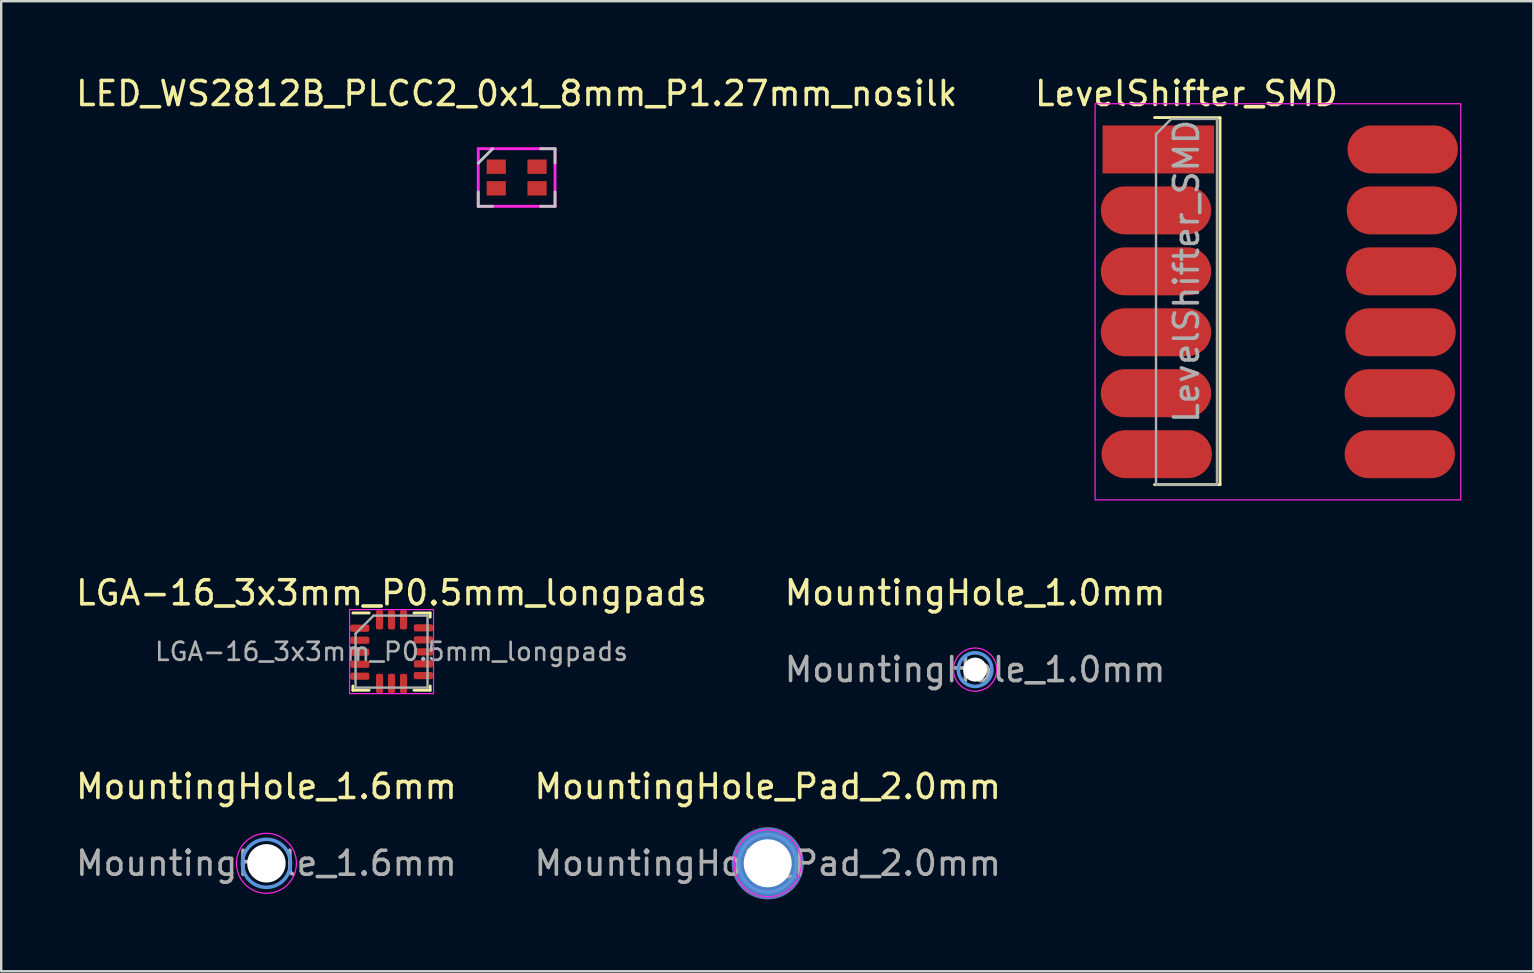
<source format=kicad_pcb>
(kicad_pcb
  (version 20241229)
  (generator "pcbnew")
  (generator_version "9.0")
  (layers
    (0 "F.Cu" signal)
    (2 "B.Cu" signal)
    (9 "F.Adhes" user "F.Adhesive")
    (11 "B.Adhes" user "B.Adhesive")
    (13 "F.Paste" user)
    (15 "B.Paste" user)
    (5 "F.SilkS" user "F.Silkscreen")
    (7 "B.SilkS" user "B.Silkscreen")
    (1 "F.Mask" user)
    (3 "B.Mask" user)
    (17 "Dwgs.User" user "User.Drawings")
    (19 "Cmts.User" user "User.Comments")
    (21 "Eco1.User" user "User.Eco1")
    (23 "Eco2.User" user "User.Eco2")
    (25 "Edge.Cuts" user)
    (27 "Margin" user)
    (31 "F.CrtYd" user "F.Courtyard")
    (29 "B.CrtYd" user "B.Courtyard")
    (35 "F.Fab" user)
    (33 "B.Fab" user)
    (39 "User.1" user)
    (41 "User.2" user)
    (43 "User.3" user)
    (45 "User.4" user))
  (footprint "MountingHole_1.0mm"
    (layer "F.Cu")
    (at 37.589 24.857)
    (property "Reference" "MountingHole_1.0mm" (at 0 -3.2 0) (layer "F.SilkS") (effects (font (size 1 1) (thickness 0.15))))
    (attr exclude_from_pos_files exclude_from_bom)
    (fp_circle (center 0 0) (end 0.7 0) (stroke (width 0.15) (type solid)) (fill no) (layer "Cmts.User"))
    (fp_circle (center 0 0) (end 0.9 0) (stroke (width 0.05) (type solid)) (fill no) (layer "F.CrtYd"))
    (fp_text user "${REFERENCE}" (at 0 0 0) (layer "F.Fab") (effects (font (size 1 1) (thickness 0.15))))
    (pad "" np_thru_hole circle (at 0 0) (size 1 1) (drill 1) (layers "*.Cu" "*.Mask")))
  (footprint "MountingHole_1.6mm"
    (layer "F.Cu")
    (at 8.054 32.93)
    (property "Reference" "MountingHole_1.6mm" (at 0 -3.2 0) (layer "F.SilkS") (effects (font (size 1 1) (thickness 0.15))))
    (attr exclude_from_pos_files exclude_from_bom)
    (fp_circle (center 0 0) (end 1 0) (stroke (width 0.15) (type solid)) (fill no) (layer "Cmts.User"))
    (fp_circle (center 0 0) (end 1.25 0) (stroke (width 0.05) (type solid)) (fill no) (layer "F.CrtYd"))
    (fp_text user "${REFERENCE}" (at 0 0 0) (layer "F.Fab") (effects (font (size 1 1) (thickness 0.15))))
    (pad "" np_thru_hole circle (at 0 0) (size 1.6 1.6) (drill 1.6) (layers "*.Cu" "*.Mask")))
  (footprint "LED_WS2812B_PLCC2_0x1_8mm_P1.27mm_nosilk"
    (layer "F.Cu")
    (at 18.482 4.348)
    (property "Reference" "LED_WS2812B_PLCC2_0x1_8mm_P1.27mm_nosilk" (at 0 -3.5 0) (layer "F.SilkS") (effects (font (size 1 1) (thickness 0.15))))
    (attr smd)
    (fp_line (start -1.6 0.6) (end -1.6 1.2) (stroke (width 0.12) (type solid)) (layer "Dwgs.User"))
    (fp_line (start -1.6 1.2) (end -1 1.2) (stroke (width 0.12) (type solid)) (layer "Dwgs.User"))
    (fp_line (start -1 -1.2) (end -1.6 -0.6) (stroke (width 0.12) (type solid)) (layer "Dwgs.User"))
    (fp_line (start 1 1.2) (end 1.6 1.2) (stroke (width 0.12) (type solid)) (layer "Dwgs.User"))
    (fp_line (start 1.6 -1.2) (end 1 -1.2) (stroke (width 0.12) (type solid)) (layer "Dwgs.User"))
    (fp_line (start 1.6 -0.6) (end 1.6 -1.2) (stroke (width 0.12) (type solid)) (layer "Dwgs.User"))
    (fp_line (start 1.6 1.2) (end 1.6 0.6) (stroke (width 0.12) (type solid)) (layer "Dwgs.User"))
    (fp_line (start -1.6 -1.2) (end -1.6 1.2) (stroke (width 0.12) (type solid)) (layer "F.CrtYd"))
    (fp_line (start -1.6 1.2) (end 1.6 1.2) (stroke (width 0.12) (type solid)) (layer "F.CrtYd"))
    (fp_line (start 1.6 -1.2) (end -1.6 -1.2) (stroke (width 0.12) (type solid)) (layer "F.CrtYd"))
    (fp_line (start 1.6 1.2) (end 1.6 -1.2) (stroke (width 0.12) (type solid)) (layer "F.CrtYd"))
    (pad "1" smd rect (at -0.85 -0.45) (size 0.8 0.6) (layers "F.Cu" "F.Mask" "F.Paste"))
    (pad "2" smd rect (at -0.85 0.45) (size 0.8 0.6) (layers "F.Cu" "F.Mask" "F.Paste"))
    (pad "3" smd rect (at 0.85 0.45) (size 0.8 0.6) (layers "F.Cu" "F.Mask" "F.Paste"))
    (pad "4" smd rect (at 0.85 -0.45) (size 0.8 0.6) (layers "F.Cu" "F.Mask" "F.Paste")))
  (footprint "LGA-16_3x3mm_P0.5mm_longpads"
    (layer "F.Cu")
    (at 13.268 24.107)
    (property "Reference" "LGA-16_3x3mm_P0.5mm_longpads" (at 0 -2.45 0) (layer "F.SilkS") (effects (font (size 1 1) (thickness 0.15))))
    (attr smd)
    (fp_line (start -1.61 1.61) (end -1.61 1.435) (stroke (width 0.12) (type solid)) (layer "F.SilkS"))
    (fp_line (start -0.935 -1.61) (end -1.61 -1.61) (stroke (width 0.12) (type solid)) (layer "F.SilkS"))
    (fp_line (start -0.935 1.61) (end -1.61 1.61) (stroke (width 0.12) (type solid)) (layer "F.SilkS"))
    (fp_line (start 0.935 -1.61) (end 1.61 -1.61) (stroke (width 0.12) (type solid)) (layer "F.SilkS"))
    (fp_line (start 0.935 1.61) (end 1.61 1.61) (stroke (width 0.12) (type solid)) (layer "F.SilkS"))
    (fp_line (start 1.61 -1.61) (end 1.61 -1.435) (stroke (width 0.12) (type solid)) (layer "F.SilkS"))
    (fp_line (start 1.61 1.61) (end 1.61 1.435) (stroke (width 0.12) (type solid)) (layer "F.SilkS"))
    (fp_line (start -1.75 -1.75) (end -1.75 1.75) (stroke (width 0.05) (type solid)) (layer "F.CrtYd"))
    (fp_line (start -1.75 1.75) (end 1.75 1.75) (stroke (width 0.05) (type solid)) (layer "F.CrtYd"))
    (fp_line (start 1.75 -1.75) (end -1.75 -1.75) (stroke (width 0.05) (type solid)) (layer "F.CrtYd"))
    (fp_line (start 1.75 1.75) (end 1.75 -1.75) (stroke (width 0.05) (type solid)) (layer "F.CrtYd"))
    (fp_line (start -1.5 -0.75) (end -0.75 -1.5) (stroke (width 0.1) (type solid)) (layer "F.Fab"))
    (fp_line (start -1.5 1.5) (end -1.5 -0.75) (stroke (width 0.1) (type solid)) (layer "F.Fab"))
    (fp_line (start -0.75 -1.5) (end 1.5 -1.5) (stroke (width 0.1) (type solid)) (layer "F.Fab"))
    (fp_line (start 1.5 -1.5) (end 1.5 1.5) (stroke (width 0.1) (type solid)) (layer "F.Fab"))
    (fp_line (start 1.5 1.5) (end -1.5 1.5) (stroke (width 0.1) (type solid)) (layer "F.Fab"))
    (fp_text user "${REFERENCE}" (at 0 0 0) (layer "F.Fab") (effects (font (size 0.75 0.75) (thickness 0.11))))
    (pad "1" smd roundrect (at -1.325 -0.975) (size 0.8 0.3) (layers "F.Cu" "F.Mask" "F.Paste") (roundrect_rratio 0.25))
    (pad "2" smd roundrect (at -1.325 -0.475) (size 0.8 0.3) (layers "F.Cu" "F.Mask" "F.Paste") (roundrect_rratio 0.25))
    (pad "3" smd roundrect (at -1.325 0.025) (size 0.8 0.3) (layers "F.Cu" "F.Mask" "F.Paste") (roundrect_rratio 0.25))
    (pad "4" smd roundrect (at -1.325 0.525) (size 0.8 0.3) (layers "F.Cu" "F.Mask" "F.Paste") (roundrect_rratio 0.25))
    (pad "5" smd roundrect (at -1.325 1.025) (size 0.8 0.3) (layers "F.Cu" "F.Mask" "F.Paste") (roundrect_rratio 0.25))
    (pad "6" smd roundrect (at -0.5 1.325) (size 0.3 0.8) (layers "F.Cu" "F.Mask" "F.Paste") (roundrect_rratio 0.25))
    (pad "7" smd roundrect (at 0 1.325) (size 0.3 0.8) (layers "F.Cu" "F.Mask" "F.Paste") (roundrect_rratio 0.25))
    (pad "8" smd roundrect (at 0.5 1.325) (size 0.3 0.8) (layers "F.Cu" "F.Mask" "F.Paste") (roundrect_rratio 0.25))
    (pad "9" smd roundrect (at 1.325 1) (size 0.8 0.3) (layers "F.Cu" "F.Mask" "F.Paste") (roundrect_rratio 0.25))
    (pad "10" smd roundrect (at 1.33 0.51) (size 0.8 0.3) (layers "F.Cu" "F.Mask" "F.Paste") (roundrect_rratio 0.25))
    (pad "11" smd roundrect (at 1.33 0.01) (size 0.8 0.3) (layers "F.Cu" "F.Mask" "F.Paste") (roundrect_rratio 0.25))
    (pad "12" smd roundrect (at 1.33 -0.49) (size 0.8 0.3) (layers "F.Cu" "F.Mask" "F.Paste") (roundrect_rratio 0.25))
    (pad "13" smd roundrect (at 1.33 -0.99) (size 0.8 0.3) (layers "F.Cu" "F.Mask" "F.Paste") (roundrect_rratio 0.25))
    (pad "14" smd roundrect (at 0.5 -1.325) (size 0.3 0.8) (layers "F.Cu" "F.Mask" "F.Paste") (roundrect_rratio 0.25))
    (pad "15" smd roundrect (at 0 -1.325) (size 0.3 0.8) (layers "F.Cu" "F.Mask" "F.Paste") (roundrect_rratio 0.25))
    (pad "16" smd roundrect (at -0.5 -1.325) (size 0.3 0.8) (layers "F.Cu" "F.Mask" "F.Paste") (roundrect_rratio 0.25)))
  (footprint "LevelShifter_SMD"
    (layer "F.Cu")
    (at 46.399 3.178)
    (property "Reference" "LevelShifter_SMD" (at 0 -2.33 0) (layer "F.SilkS") (effects (font (size 1 1) (thickness 0.15))))
    (attr through_hole)
    (fp_line (start -1.33 -1.33) (end 1.397 -1.321) (stroke (width 0.12) (type solid)) (layer "F.SilkS"))
    (fp_line (start -1.33 13.97) (end 1.397 13.97) (stroke (width 0.12) (type solid)) (layer "F.SilkS"))
    (fp_line (start 1.397 -1.321) (end 1.397 13.97) (stroke (width 0.12) (type solid)) (layer "F.SilkS"))
    (fp_rect (start -3.81 14.605) (end 11.43 -1.905) (stroke (width 0.05) (type solid)) (fill no) (layer "F.CrtYd"))
    (fp_line (start -1.27 -0.635) (end -0.635 -1.27) (stroke (width 0.1) (type solid)) (layer "F.Fab"))
    (fp_line (start -1.27 13.97) (end -1.27 -0.635) (stroke (width 0.1) (type solid)) (layer "F.Fab"))
    (fp_line (start -0.635 -1.27) (end 1.27 -1.27) (stroke (width 0.1) (type solid)) (layer "F.Fab"))
    (fp_line (start 1.27 -1.27) (end 1.27 13.97) (stroke (width 0.1) (type solid)) (layer "F.Fab"))
    (fp_line (start 1.27 13.97) (end -1.27 13.97) (stroke (width 0.1) (type solid)) (layer "F.Fab"))
    (fp_text user "${REFERENCE}" (at 0 5.08 90) (layer "F.Fab") (effects (font (size 1 1) (thickness 0.15))))
    (pad "1" smd rect (at 0 0) (size 4.65 2) (drill (offset -1.175 0)) (layers "F.Cu" "F.Mask" "F.Paste"))
    (pad "2" smd oval (at 0 2.54) (size 4.6 2) (drill (offset -1.27 0)) (layers "F.Cu" "F.Mask" "F.Paste"))
    (pad "3" smd oval (at 0 5.08) (size 4.6 2) (drill (offset -1.27 0)) (layers "F.Cu" "F.Mask" "F.Paste"))
    (pad "4" smd oval (at 0 7.62) (size 4.6 2) (drill (offset -1.27 0)) (layers "F.Cu" "F.Mask" "F.Paste"))
    (pad "5" smd oval (at 0 10.16) (size 4.6 2) (drill (offset -1.27 0)) (layers "F.Cu" "F.Mask" "F.Paste"))
    (pad "6" smd oval (at 0.03 12.7) (size 4.6 2) (drill (offset -1.27 0)) (layers "F.Cu" "F.Mask" "F.Paste"))
    (pad "7" smd oval (at 10.16 12.7) (size 4.6 2) (drill (offset -1.27 0)) (layers "F.Cu" "F.Mask" "F.Paste"))
    (pad "8" smd oval (at 10.16 10.16) (size 4.6 2) (drill (offset -1.27 0)) (layers "F.Cu" "F.Mask" "F.Paste"))
    (pad "9" smd oval (at 10.19 7.62) (size 4.6 2) (drill (offset -1.27 0)) (layers "F.Cu" "F.Mask" "F.Paste"))
    (pad "10" smd oval (at 10.22 5.08) (size 4.6 2) (drill (offset -1.27 0)) (layers "F.Cu" "F.Mask" "F.Paste"))
    (pad "11" smd oval (at 10.25 2.54) (size 4.6 2) (drill (offset -1.27 0)) (layers "F.Cu" "F.Mask" "F.Paste"))
    (pad "12" smd oval (at 10.28 0) (size 4.6 2) (drill (offset -1.27 0)) (layers "F.Cu" "F.Mask" "F.Paste")))
  (footprint "MountingHole_Pad_2.0mm"
    (layer "F.Cu")
    (at 28.946 32.93)
    (property "Reference" "MountingHole_Pad_2.0mm" (at 0 -3.2 0) (layer "F.SilkS") (effects (font (size 1 1) (thickness 0.15))))
    (attr exclude_from_pos_files exclude_from_bom)
    (fp_circle (center 0 0) (end 1.2 0) (stroke (width 0.15) (type solid)) (fill no) (layer "Cmts.User"))
    (fp_circle (center 0 0) (end 1.4 0) (stroke (width 0.05) (type solid)) (fill no) (layer "F.CrtYd"))
    (fp_text user "${REFERENCE}" (at 0 0 0) (layer "F.Fab") (effects (font (size 1 1) (thickness 0.15))))
    (pad "" np_thru_hole circle (at 0 0) (size 3 3) (drill 2) (layers "*.Cu" "*.Mask")))
  (gr_rect
    (start -3 -3)
    (end 60.854 37.43)
    (stroke (width 0.1) (type default))
    (fill no)
    (layer "Edge.Cuts")))
</source>
